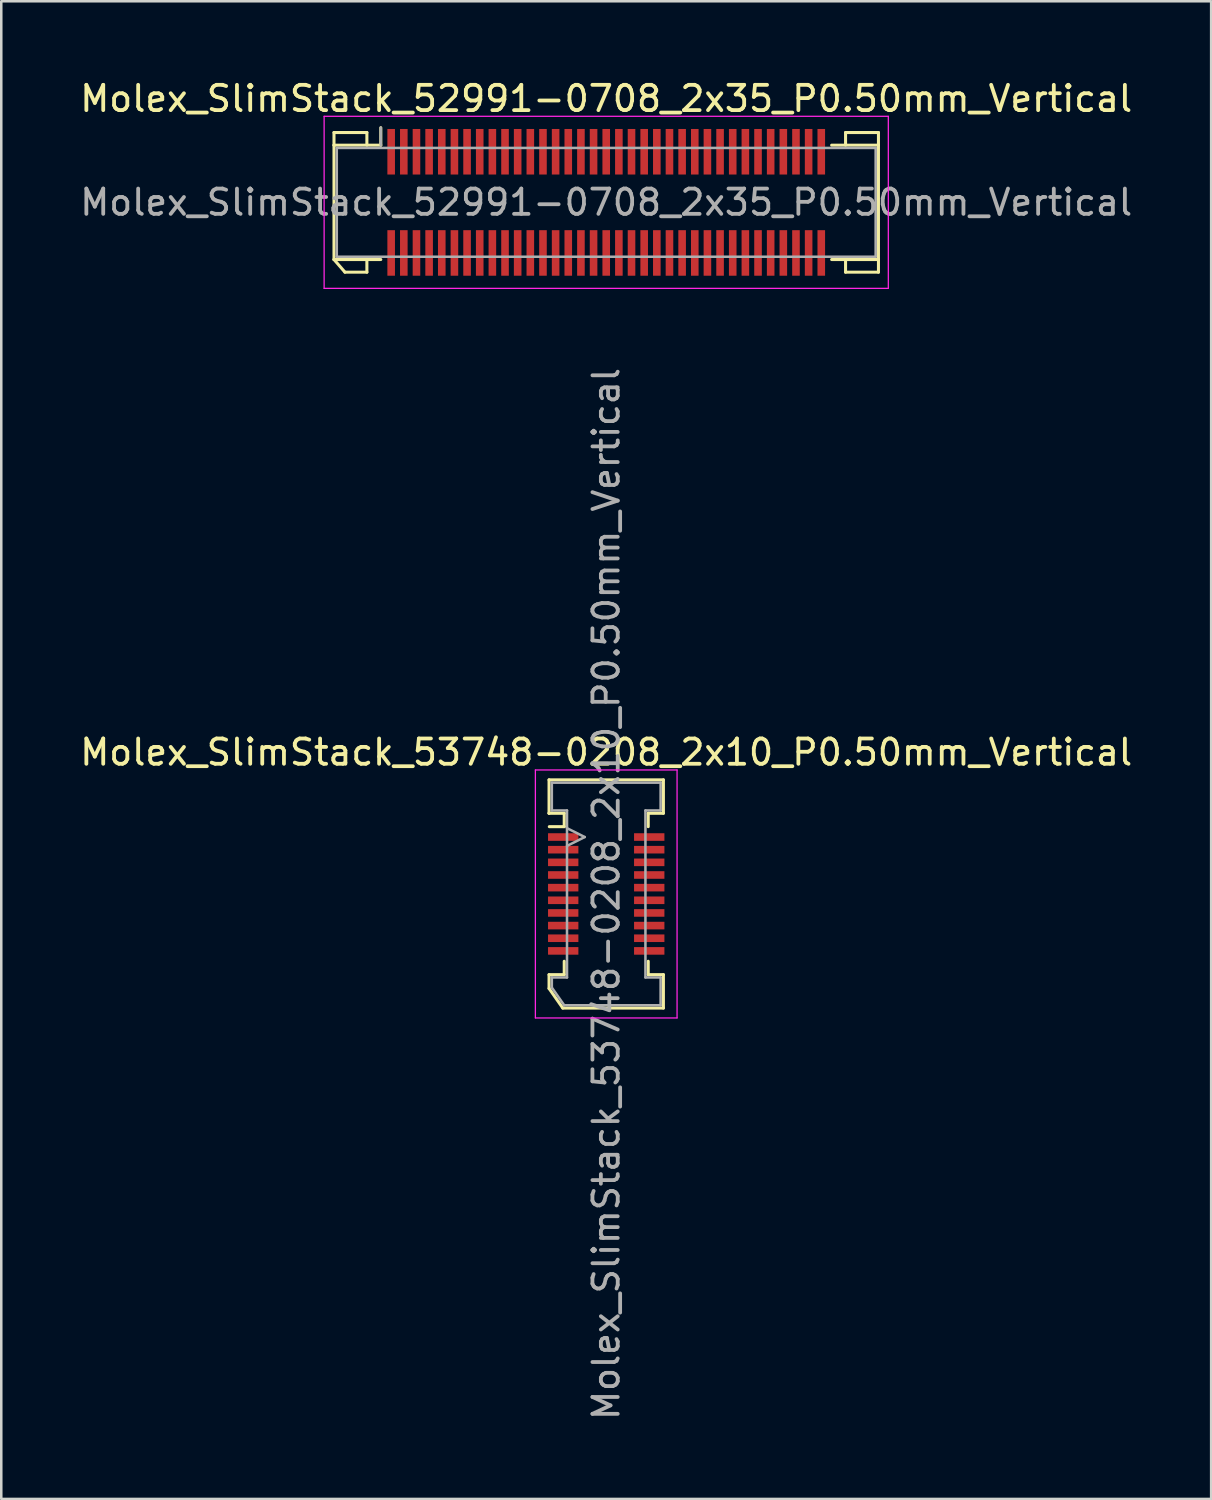
<source format=kicad_pcb>
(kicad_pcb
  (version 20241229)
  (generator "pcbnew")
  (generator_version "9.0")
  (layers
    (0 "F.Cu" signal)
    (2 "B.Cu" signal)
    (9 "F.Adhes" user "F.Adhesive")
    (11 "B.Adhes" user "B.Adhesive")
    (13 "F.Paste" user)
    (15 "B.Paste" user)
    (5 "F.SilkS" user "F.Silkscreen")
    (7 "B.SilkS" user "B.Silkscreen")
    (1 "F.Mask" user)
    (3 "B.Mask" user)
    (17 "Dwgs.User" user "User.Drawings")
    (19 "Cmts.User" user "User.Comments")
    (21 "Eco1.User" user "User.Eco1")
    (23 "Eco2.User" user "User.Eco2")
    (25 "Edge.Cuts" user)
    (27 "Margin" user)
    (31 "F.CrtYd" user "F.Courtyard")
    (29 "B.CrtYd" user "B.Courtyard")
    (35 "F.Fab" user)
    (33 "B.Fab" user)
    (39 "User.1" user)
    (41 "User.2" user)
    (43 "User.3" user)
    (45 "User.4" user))
  (footprint "Molex_SlimStack_53748-0208_2x10_P0.50mm_Vertical"
    (layer "F.Cu")
    (at 20.911 32.284)
    (property "Reference" "Molex_SlimStack_53748-0208_2x10_P0.50mm_Vertical" (at 0 -5.6 0) (layer "F.SilkS") (effects (font (size 1 1) (thickness 0.15))))
    (attr smd)
    (fp_line (start -2.26 -4.51) (end -2.26 -3.19) (stroke (width 0.12) (type solid)) (layer "F.SilkS"))
    (fp_line (start -2.26 -3.19) (end -2.26 -3.19) (stroke (width 0.12) (type solid)) (layer "F.SilkS"))
    (fp_line (start -2.26 -3.19) (end -1.66 -3.19) (stroke (width 0.12) (type solid)) (layer "F.SilkS"))
    (fp_line (start -2.26 3.19) (end -1.66 3.19) (stroke (width 0.12) (type solid)) (layer "F.SilkS"))
    (fp_line (start -2.26 3.735) (end -2.26 3.19) (stroke (width 0.12) (type solid)) (layer "F.SilkS"))
    (fp_line (start -1.717 4.51) (end -2.26 3.735) (stroke (width 0.12) (type solid)) (layer "F.SilkS"))
    (fp_line (start -1.66 -3.19) (end -1.66 -2.66) (stroke (width 0.12) (type solid)) (layer "F.SilkS"))
    (fp_line (start -1.66 -2.66) (end -2.25 -2.66) (stroke (width 0.12) (type solid)) (layer "F.SilkS"))
    (fp_line (start -1.66 3.19) (end -1.66 2.66) (stroke (width 0.12) (type solid)) (layer "F.SilkS"))
    (fp_line (start 1.66 -3.19) (end 2.26 -3.19) (stroke (width 0.12) (type solid)) (layer "F.SilkS"))
    (fp_line (start 1.66 -2.66) (end 1.66 -3.19) (stroke (width 0.12) (type solid)) (layer "F.SilkS"))
    (fp_line (start 1.66 2.66) (end 1.66 3.19) (stroke (width 0.12) (type solid)) (layer "F.SilkS"))
    (fp_line (start 1.66 3.19) (end 2.26 3.19) (stroke (width 0.12) (type solid)) (layer "F.SilkS"))
    (fp_line (start 2.26 -4.51) (end -2.26 -4.51) (stroke (width 0.12) (type solid)) (layer "F.SilkS"))
    (fp_line (start 2.26 -3.19) (end 2.26 -4.51) (stroke (width 0.12) (type solid)) (layer "F.SilkS"))
    (fp_line (start 2.26 3.19) (end 2.26 4.51) (stroke (width 0.12) (type solid)) (layer "F.SilkS"))
    (fp_line (start 2.26 4.51) (end -1.717 4.51) (stroke (width 0.12) (type solid)) (layer "F.SilkS"))
    (fp_line (start -2.8 -4.9) (end -2.8 4.9) (stroke (width 0.05) (type solid)) (layer "F.CrtYd"))
    (fp_line (start -2.8 4.9) (end 2.8 4.9) (stroke (width 0.05) (type solid)) (layer "F.CrtYd"))
    (fp_line (start 2.8 -4.9) (end -2.8 -4.9) (stroke (width 0.05) (type solid)) (layer "F.CrtYd"))
    (fp_line (start 2.8 4.9) (end 2.8 -4.9) (stroke (width 0.05) (type solid)) (layer "F.CrtYd"))
    (fp_line (start -2.15 -4.4) (end -2.15 -3.3) (stroke (width 0.1) (type solid)) (layer "F.Fab"))
    (fp_line (start -2.15 -3.3) (end -1.55 -3.3) (stroke (width 0.1) (type solid)) (layer "F.Fab"))
    (fp_line (start -2.15 3.3) (end -2.15 3.7) (stroke (width 0.1) (type solid)) (layer "F.Fab"))
    (fp_line (start -2.15 3.7) (end -1.66 4.4) (stroke (width 0.1) (type solid)) (layer "F.Fab"))
    (fp_line (start -1.66 4.4) (end 2.15 4.4) (stroke (width 0.1) (type solid)) (layer "F.Fab"))
    (fp_line (start -1.55 -3.3) (end -1.55 3.3) (stroke (width 0.1) (type solid)) (layer "F.Fab"))
    (fp_line (start -1.55 3.3) (end -2.15 3.3) (stroke (width 0.1) (type solid)) (layer "F.Fab"))
    (fp_line (start -0.85 -2.25) (end -1.55 -2.6) (stroke (width 0.1) (type solid)) (layer "F.Fab"))
    (fp_line (start -0.85 -2.25) (end -1.55 -1.9) (stroke (width 0.1) (type solid)) (layer "F.Fab"))
    (fp_line (start 1.55 -3.3) (end 2.15 -3.3) (stroke (width 0.1) (type solid)) (layer "F.Fab"))
    (fp_line (start 1.55 3.3) (end 1.55 -3.3) (stroke (width 0.1) (type solid)) (layer "F.Fab"))
    (fp_line (start 2.15 -4.4) (end -2.15 -4.4) (stroke (width 0.1) (type solid)) (layer "F.Fab"))
    (fp_line (start 2.15 -3.3) (end 2.15 -4.4) (stroke (width 0.1) (type solid)) (layer "F.Fab"))
    (fp_line (start 2.15 3.3) (end 1.55 3.3) (stroke (width 0.1) (type solid)) (layer "F.Fab"))
    (fp_line (start 2.15 4.4) (end 2.15 3.3) (stroke (width 0.1) (type solid)) (layer "F.Fab"))
    (fp_text user "${REFERENCE}" (at 0 0 90) (layer "F.Fab") (effects (font (size 1 1) (thickness 0.15))))
    (pad "1" smd rect (at -1.7 -2.25) (size 1.2 0.3) (layers "F.Cu" "F.Mask" "F.Paste"))
    (pad "2" smd rect (at 1.7 -2.25) (size 1.2 0.3) (layers "F.Cu" "F.Mask" "F.Paste"))
    (pad "3" smd rect (at -1.7 -1.75) (size 1.2 0.3) (layers "F.Cu" "F.Mask" "F.Paste"))
    (pad "4" smd rect (at 1.7 -1.75) (size 1.2 0.3) (layers "F.Cu" "F.Mask" "F.Paste"))
    (pad "5" smd rect (at -1.7 -1.25) (size 1.2 0.3) (layers "F.Cu" "F.Mask" "F.Paste"))
    (pad "6" smd rect (at 1.7 -1.25) (size 1.2 0.3) (layers "F.Cu" "F.Mask" "F.Paste"))
    (pad "7" smd rect (at -1.7 -0.75) (size 1.2 0.3) (layers "F.Cu" "F.Mask" "F.Paste"))
    (pad "8" smd rect (at 1.7 -0.75) (size 1.2 0.3) (layers "F.Cu" "F.Mask" "F.Paste"))
    (pad "9" smd rect (at -1.7 -0.25) (size 1.2 0.3) (layers "F.Cu" "F.Mask" "F.Paste"))
    (pad "10" smd rect (at 1.7 -0.25) (size 1.2 0.3) (layers "F.Cu" "F.Mask" "F.Paste"))
    (pad "11" smd rect (at -1.7 0.25) (size 1.2 0.3) (layers "F.Cu" "F.Mask" "F.Paste"))
    (pad "12" smd rect (at 1.7 0.25) (size 1.2 0.3) (layers "F.Cu" "F.Mask" "F.Paste"))
    (pad "13" smd rect (at -1.7 0.75) (size 1.2 0.3) (layers "F.Cu" "F.Mask" "F.Paste"))
    (pad "14" smd rect (at 1.7 0.75) (size 1.2 0.3) (layers "F.Cu" "F.Mask" "F.Paste"))
    (pad "15" smd rect (at -1.7 1.25) (size 1.2 0.3) (layers "F.Cu" "F.Mask" "F.Paste"))
    (pad "16" smd rect (at 1.7 1.25) (size 1.2 0.3) (layers "F.Cu" "F.Mask" "F.Paste"))
    (pad "17" smd rect (at -1.7 1.75) (size 1.2 0.3) (layers "F.Cu" "F.Mask" "F.Paste"))
    (pad "18" smd rect (at 1.7 1.75) (size 1.2 0.3) (layers "F.Cu" "F.Mask" "F.Paste"))
    (pad "19" smd rect (at -1.7 2.25) (size 1.2 0.3) (layers "F.Cu" "F.Mask" "F.Paste"))
    (pad "20" smd rect (at 1.7 2.25) (size 1.2 0.3) (layers "F.Cu" "F.Mask" "F.Paste")))
  (footprint "Molex_SlimStack_52991-0708_2x35_P0.50mm_Vertical"
    (layer "F.Cu")
    (at 20.911 4.948)
    (property "Reference" "Molex_SlimStack_52991-0708_2x35_P0.50mm_Vertical" (at 0 -4.1 0) (layer "F.SilkS") (effects (font (size 1 1) (thickness 0.15))))
    (attr smd)
    (fp_line (start -10.76 -2.76) (end -9.46 -2.76) (stroke (width 0.12) (type solid)) (layer "F.SilkS"))
    (fp_line (start -10.76 -2.26) (end -10.76 -2.76) (stroke (width 0.12) (type solid)) (layer "F.SilkS"))
    (fp_line (start -10.76 -2.26) (end -8.91 -2.26) (stroke (width 0.12) (type solid)) (layer "F.SilkS"))
    (fp_line (start -10.76 2.26) (end -10.76 -2.26) (stroke (width 0.12) (type solid)) (layer "F.SilkS"))
    (fp_line (start -10.76 2.26) (end -10.327 2.76) (stroke (width 0.12) (type solid)) (layer "F.SilkS"))
    (fp_line (start -10.327 2.76) (end -9.46 2.76) (stroke (width 0.12) (type solid)) (layer "F.SilkS"))
    (fp_line (start -9.46 -2.76) (end -9.46 -2.26) (stroke (width 0.12) (type solid)) (layer "F.SilkS"))
    (fp_line (start -9.46 2.76) (end -9.46 2.26) (stroke (width 0.12) (type solid)) (layer "F.SilkS"))
    (fp_line (start -8.91 -2.26) (end -8.91 -2.95) (stroke (width 0.12) (type solid)) (layer "F.SilkS"))
    (fp_line (start -8.91 2.26) (end -10.76 2.26) (stroke (width 0.12) (type solid)) (layer "F.SilkS"))
    (fp_line (start 8.91 2.26) (end 10.76 2.26) (stroke (width 0.12) (type solid)) (layer "F.SilkS"))
    (fp_line (start 9.46 -2.76) (end 9.46 -2.26) (stroke (width 0.12) (type solid)) (layer "F.SilkS"))
    (fp_line (start 9.46 2.76) (end 9.46 2.26) (stroke (width 0.12) (type solid)) (layer "F.SilkS"))
    (fp_line (start 10.76 -2.76) (end 9.46 -2.76) (stroke (width 0.12) (type solid)) (layer "F.SilkS"))
    (fp_line (start 10.76 -2.26) (end 8.91 -2.26) (stroke (width 0.12) (type solid)) (layer "F.SilkS"))
    (fp_line (start 10.76 -2.26) (end 10.76 -2.76) (stroke (width 0.12) (type solid)) (layer "F.SilkS"))
    (fp_line (start 10.76 2.26) (end 10.76 -2.26) (stroke (width 0.12) (type solid)) (layer "F.SilkS"))
    (fp_line (start 10.76 2.26) (end 10.76 2.76) (stroke (width 0.12) (type solid)) (layer "F.SilkS"))
    (fp_line (start 10.76 2.76) (end 9.46 2.76) (stroke (width 0.12) (type solid)) (layer "F.SilkS"))
    (fp_line (start -11.15 -3.4) (end -11.15 3.4) (stroke (width 0.05) (type solid)) (layer "F.CrtYd"))
    (fp_line (start -11.15 3.4) (end 11.15 3.4) (stroke (width 0.05) (type solid)) (layer "F.CrtYd"))
    (fp_line (start 11.15 -3.4) (end -11.15 -3.4) (stroke (width 0.05) (type solid)) (layer "F.CrtYd"))
    (fp_line (start 11.15 3.4) (end 11.15 -3.4) (stroke (width 0.05) (type solid)) (layer "F.CrtYd"))
    (fp_line (start -10.65 -2.15) (end -10.65 2.15) (stroke (width 0.1) (type solid)) (layer "F.Fab"))
    (fp_line (start -10.65 2.15) (end 10.65 2.15) (stroke (width 0.1) (type solid)) (layer "F.Fab"))
    (fp_line (start -8.91 -2.26) (end -8.91 -2.95) (stroke (width 0.1) (type solid)) (layer "F.Fab"))
    (fp_line (start 10.65 -2.15) (end -10.65 -2.15) (stroke (width 0.1) (type solid)) (layer "F.Fab"))
    (fp_line (start 10.65 2.15) (end 10.65 -2.15) (stroke (width 0.1) (type solid)) (layer "F.Fab"))
    (fp_text user "${REFERENCE}" (at 0 0 0) (layer "F.Fab") (effects (font (size 1 1) (thickness 0.15))))
    (pad "1" smd rect (at -8.5 -2) (size 0.3 1.8) (layers "F.Cu" "F.Mask" "F.Paste"))
    (pad "2" smd rect (at -8.5 2) (size 0.3 1.8) (layers "F.Cu" "F.Mask" "F.Paste"))
    (pad "3" smd rect (at -8 -2) (size 0.3 1.8) (layers "F.Cu" "F.Mask" "F.Paste"))
    (pad "4" smd rect (at -8 2) (size 0.3 1.8) (layers "F.Cu" "F.Mask" "F.Paste"))
    (pad "5" smd rect (at -7.5 -2) (size 0.3 1.8) (layers "F.Cu" "F.Mask" "F.Paste"))
    (pad "6" smd rect (at -7.5 2) (size 0.3 1.8) (layers "F.Cu" "F.Mask" "F.Paste"))
    (pad "7" smd rect (at -7 -2) (size 0.3 1.8) (layers "F.Cu" "F.Mask" "F.Paste"))
    (pad "8" smd rect (at -7 2) (size 0.3 1.8) (layers "F.Cu" "F.Mask" "F.Paste"))
    (pad "9" smd rect (at -6.5 -2) (size 0.3 1.8) (layers "F.Cu" "F.Mask" "F.Paste"))
    (pad "10" smd rect (at -6.5 2) (size 0.3 1.8) (layers "F.Cu" "F.Mask" "F.Paste"))
    (pad "11" smd rect (at -6 -2) (size 0.3 1.8) (layers "F.Cu" "F.Mask" "F.Paste"))
    (pad "12" smd rect (at -6 2) (size 0.3 1.8) (layers "F.Cu" "F.Mask" "F.Paste"))
    (pad "13" smd rect (at -5.5 -2) (size 0.3 1.8) (layers "F.Cu" "F.Mask" "F.Paste"))
    (pad "14" smd rect (at -5.5 2) (size 0.3 1.8) (layers "F.Cu" "F.Mask" "F.Paste"))
    (pad "15" smd rect (at -5 -2) (size 0.3 1.8) (layers "F.Cu" "F.Mask" "F.Paste"))
    (pad "16" smd rect (at -5 2) (size 0.3 1.8) (layers "F.Cu" "F.Mask" "F.Paste"))
    (pad "17" smd rect (at -4.5 -2) (size 0.3 1.8) (layers "F.Cu" "F.Mask" "F.Paste"))
    (pad "18" smd rect (at -4.5 2) (size 0.3 1.8) (layers "F.Cu" "F.Mask" "F.Paste"))
    (pad "19" smd rect (at -4 -2) (size 0.3 1.8) (layers "F.Cu" "F.Mask" "F.Paste"))
    (pad "20" smd rect (at -4 2) (size 0.3 1.8) (layers "F.Cu" "F.Mask" "F.Paste"))
    (pad "21" smd rect (at -3.5 -2) (size 0.3 1.8) (layers "F.Cu" "F.Mask" "F.Paste"))
    (pad "22" smd rect (at -3.5 2) (size 0.3 1.8) (layers "F.Cu" "F.Mask" "F.Paste"))
    (pad "23" smd rect (at -3 -2) (size 0.3 1.8) (layers "F.Cu" "F.Mask" "F.Paste"))
    (pad "24" smd rect (at -3 2) (size 0.3 1.8) (layers "F.Cu" "F.Mask" "F.Paste"))
    (pad "25" smd rect (at -2.5 -2) (size 0.3 1.8) (layers "F.Cu" "F.Mask" "F.Paste"))
    (pad "26" smd rect (at -2.5 2) (size 0.3 1.8) (layers "F.Cu" "F.Mask" "F.Paste"))
    (pad "27" smd rect (at -2 -2) (size 0.3 1.8) (layers "F.Cu" "F.Mask" "F.Paste"))
    (pad "28" smd rect (at -2 2) (size 0.3 1.8) (layers "F.Cu" "F.Mask" "F.Paste"))
    (pad "29" smd rect (at -1.5 -2) (size 0.3 1.8) (layers "F.Cu" "F.Mask" "F.Paste"))
    (pad "30" smd rect (at -1.5 2) (size 0.3 1.8) (layers "F.Cu" "F.Mask" "F.Paste"))
    (pad "31" smd rect (at -1 -2) (size 0.3 1.8) (layers "F.Cu" "F.Mask" "F.Paste"))
    (pad "32" smd rect (at -1 2) (size 0.3 1.8) (layers "F.Cu" "F.Mask" "F.Paste"))
    (pad "33" smd rect (at -0.5 -2) (size 0.3 1.8) (layers "F.Cu" "F.Mask" "F.Paste"))
    (pad "34" smd rect (at -0.5 2) (size 0.3 1.8) (layers "F.Cu" "F.Mask" "F.Paste"))
    (pad "35" smd rect (at 0 -2) (size 0.3 1.8) (layers "F.Cu" "F.Mask" "F.Paste"))
    (pad "36" smd rect (at 0 2) (size 0.3 1.8) (layers "F.Cu" "F.Mask" "F.Paste"))
    (pad "37" smd rect (at 0.5 -2) (size 0.3 1.8) (layers "F.Cu" "F.Mask" "F.Paste"))
    (pad "38" smd rect (at 0.5 2) (size 0.3 1.8) (layers "F.Cu" "F.Mask" "F.Paste"))
    (pad "39" smd rect (at 1 -2) (size 0.3 1.8) (layers "F.Cu" "F.Mask" "F.Paste"))
    (pad "40" smd rect (at 1 2) (size 0.3 1.8) (layers "F.Cu" "F.Mask" "F.Paste"))
    (pad "41" smd rect (at 1.5 -2) (size 0.3 1.8) (layers "F.Cu" "F.Mask" "F.Paste"))
    (pad "42" smd rect (at 1.5 2) (size 0.3 1.8) (layers "F.Cu" "F.Mask" "F.Paste"))
    (pad "43" smd rect (at 2 -2) (size 0.3 1.8) (layers "F.Cu" "F.Mask" "F.Paste"))
    (pad "44" smd rect (at 2 2) (size 0.3 1.8) (layers "F.Cu" "F.Mask" "F.Paste"))
    (pad "45" smd rect (at 2.5 -2) (size 0.3 1.8) (layers "F.Cu" "F.Mask" "F.Paste"))
    (pad "46" smd rect (at 2.5 2) (size 0.3 1.8) (layers "F.Cu" "F.Mask" "F.Paste"))
    (pad "47" smd rect (at 3 -2) (size 0.3 1.8) (layers "F.Cu" "F.Mask" "F.Paste"))
    (pad "48" smd rect (at 3 2) (size 0.3 1.8) (layers "F.Cu" "F.Mask" "F.Paste"))
    (pad "49" smd rect (at 3.5 -2) (size 0.3 1.8) (layers "F.Cu" "F.Mask" "F.Paste"))
    (pad "50" smd rect (at 3.5 2) (size 0.3 1.8) (layers "F.Cu" "F.Mask" "F.Paste"))
    (pad "51" smd rect (at 4 -2) (size 0.3 1.8) (layers "F.Cu" "F.Mask" "F.Paste"))
    (pad "52" smd rect (at 4 2) (size 0.3 1.8) (layers "F.Cu" "F.Mask" "F.Paste"))
    (pad "53" smd rect (at 4.5 -2) (size 0.3 1.8) (layers "F.Cu" "F.Mask" "F.Paste"))
    (pad "54" smd rect (at 4.5 2) (size 0.3 1.8) (layers "F.Cu" "F.Mask" "F.Paste"))
    (pad "55" smd rect (at 5 -2) (size 0.3 1.8) (layers "F.Cu" "F.Mask" "F.Paste"))
    (pad "56" smd rect (at 5 2) (size 0.3 1.8) (layers "F.Cu" "F.Mask" "F.Paste"))
    (pad "57" smd rect (at 5.5 -2) (size 0.3 1.8) (layers "F.Cu" "F.Mask" "F.Paste"))
    (pad "58" smd rect (at 5.5 2) (size 0.3 1.8) (layers "F.Cu" "F.Mask" "F.Paste"))
    (pad "59" smd rect (at 6 -2) (size 0.3 1.8) (layers "F.Cu" "F.Mask" "F.Paste"))
    (pad "60" smd rect (at 6 2) (size 0.3 1.8) (layers "F.Cu" "F.Mask" "F.Paste"))
    (pad "61" smd rect (at 6.5 -2) (size 0.3 1.8) (layers "F.Cu" "F.Mask" "F.Paste"))
    (pad "62" smd rect (at 6.5 2) (size 0.3 1.8) (layers "F.Cu" "F.Mask" "F.Paste"))
    (pad "63" smd rect (at 7 -2) (size 0.3 1.8) (layers "F.Cu" "F.Mask" "F.Paste"))
    (pad "64" smd rect (at 7 2) (size 0.3 1.8) (layers "F.Cu" "F.Mask" "F.Paste"))
    (pad "65" smd rect (at 7.5 -2) (size 0.3 1.8) (layers "F.Cu" "F.Mask" "F.Paste"))
    (pad "66" smd rect (at 7.5 2) (size 0.3 1.8) (layers "F.Cu" "F.Mask" "F.Paste"))
    (pad "67" smd rect (at 8 -2) (size 0.3 1.8) (layers "F.Cu" "F.Mask" "F.Paste"))
    (pad "68" smd rect (at 8 2) (size 0.3 1.8) (layers "F.Cu" "F.Mask" "F.Paste"))
    (pad "69" smd rect (at 8.5 -2) (size 0.3 1.8) (layers "F.Cu" "F.Mask" "F.Paste"))
    (pad "70" smd rect (at 8.5 2) (size 0.3 1.8) (layers "F.Cu" "F.Mask" "F.Paste")))
  (gr_rect
    (start -3 -3)
    (end 44.821 56.195)
    (stroke (width 0.1) (type default))
    (fill no)
    (layer "Edge.Cuts")))
</source>
